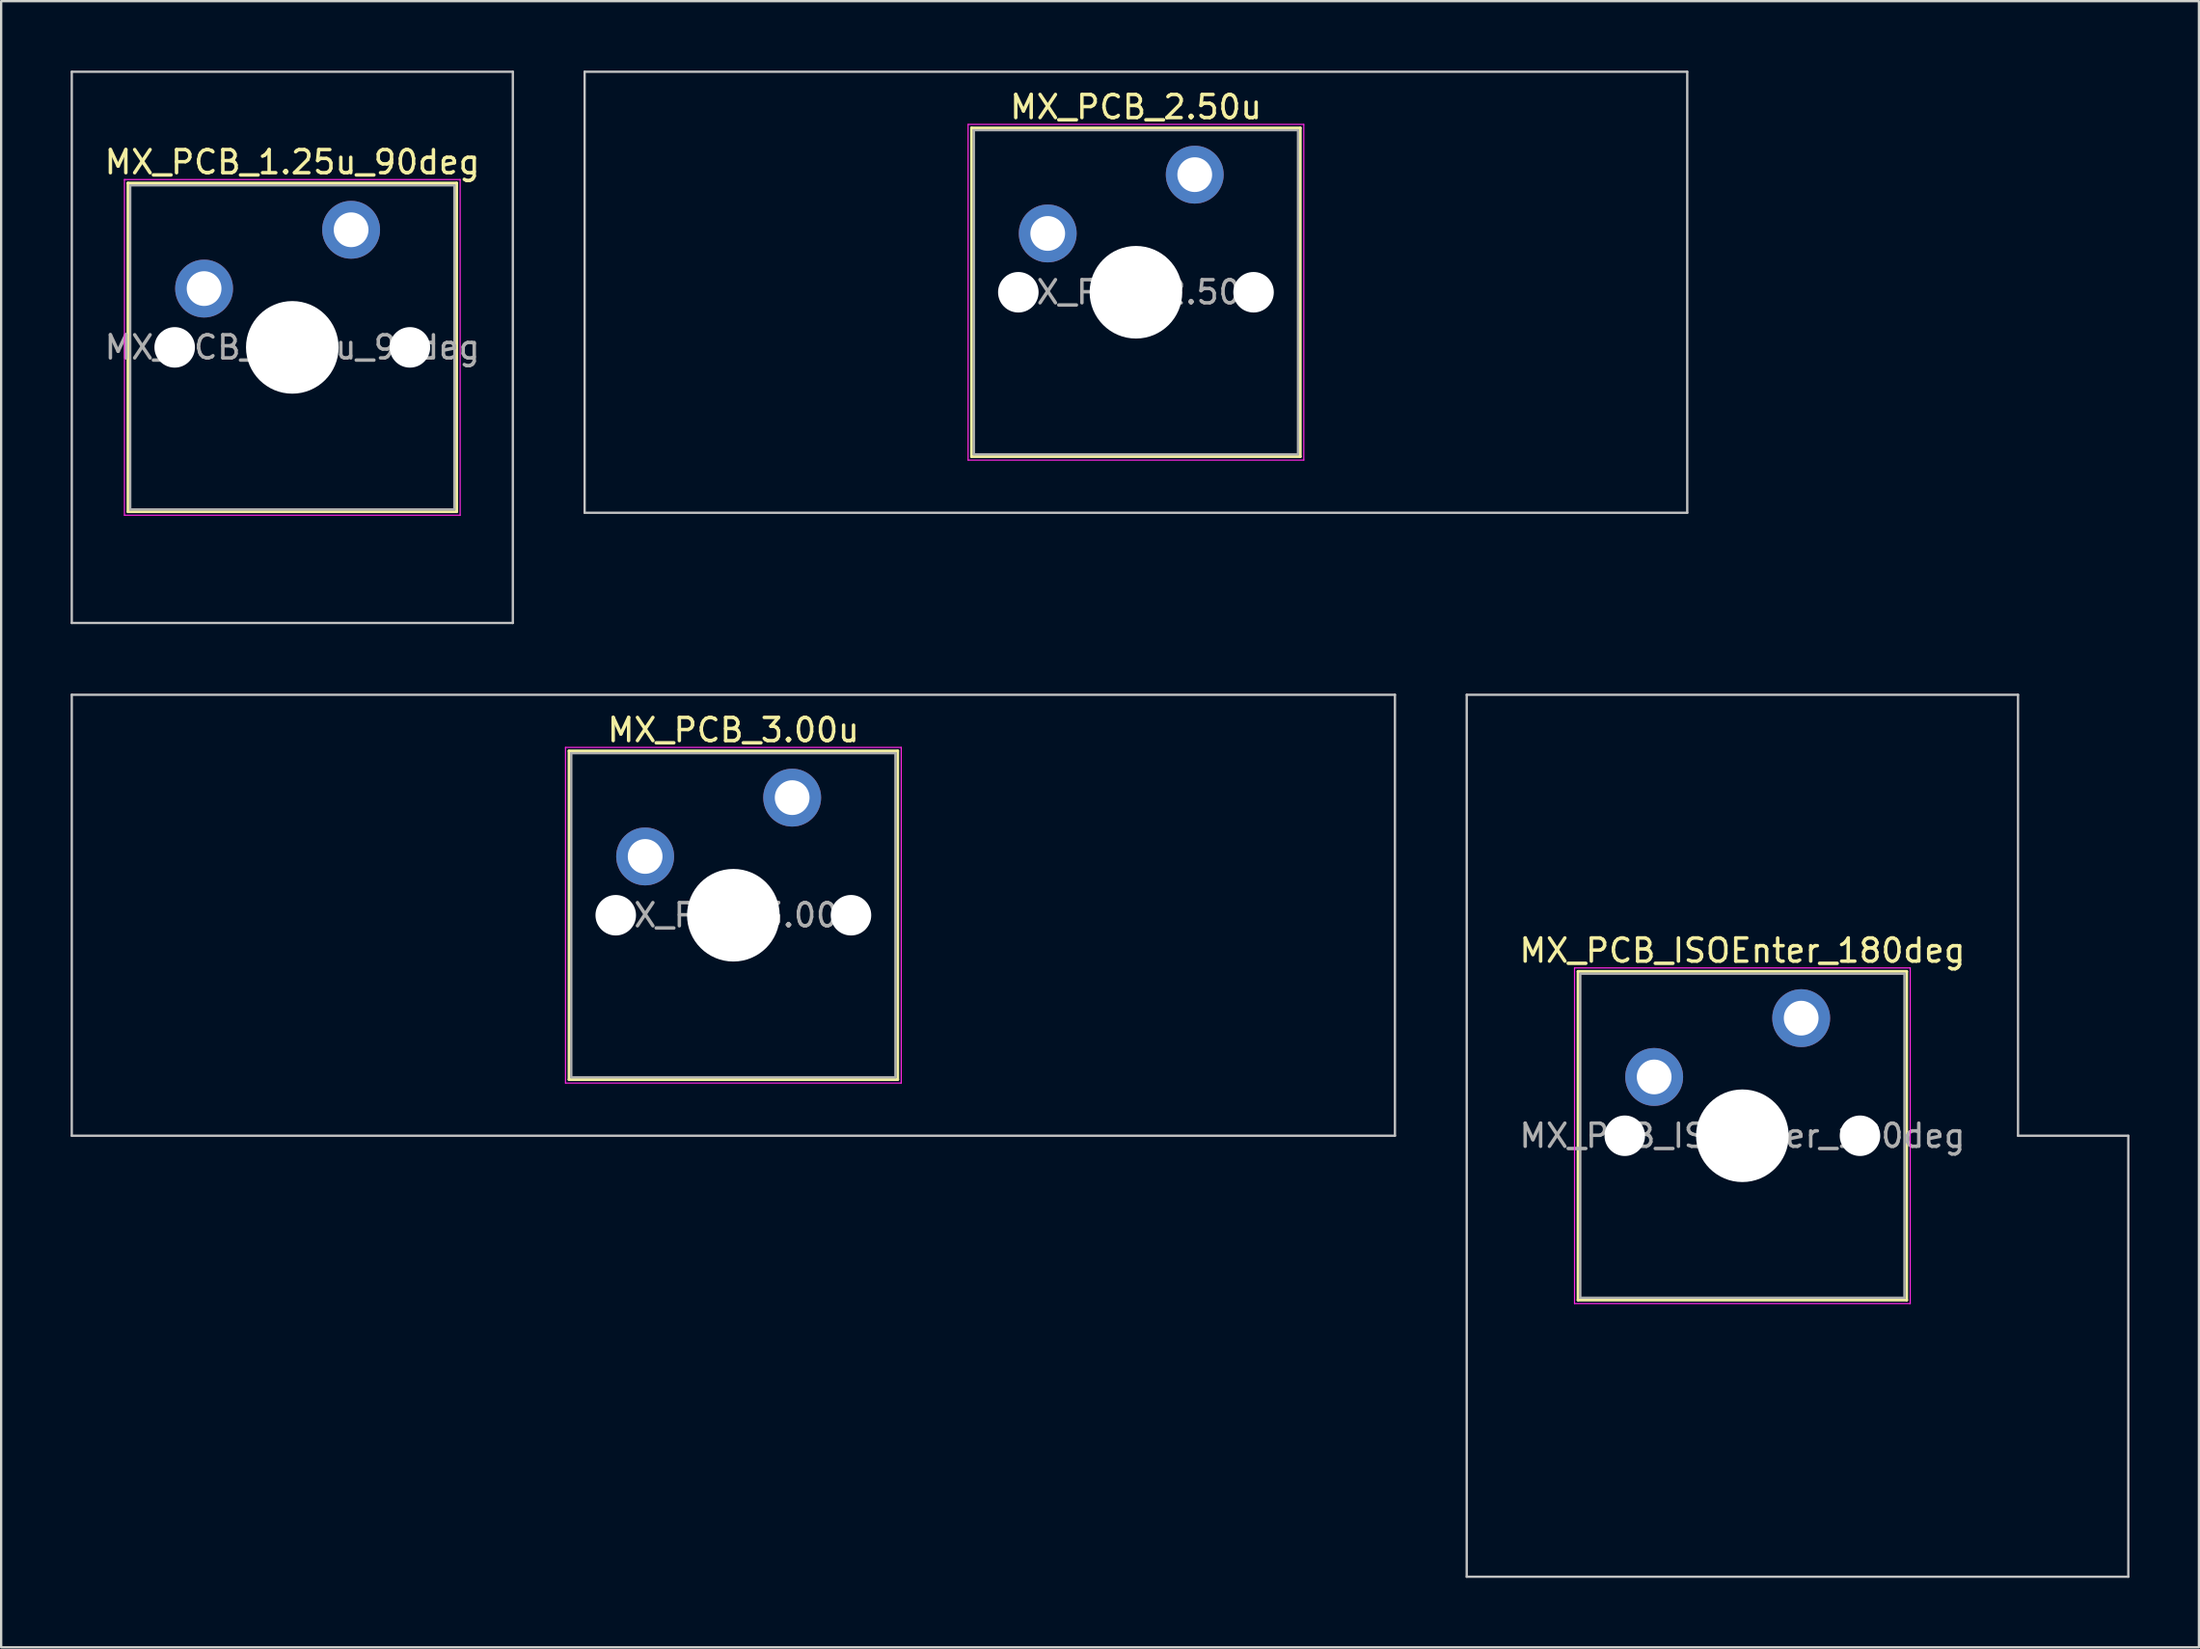
<source format=kicad_pcb>
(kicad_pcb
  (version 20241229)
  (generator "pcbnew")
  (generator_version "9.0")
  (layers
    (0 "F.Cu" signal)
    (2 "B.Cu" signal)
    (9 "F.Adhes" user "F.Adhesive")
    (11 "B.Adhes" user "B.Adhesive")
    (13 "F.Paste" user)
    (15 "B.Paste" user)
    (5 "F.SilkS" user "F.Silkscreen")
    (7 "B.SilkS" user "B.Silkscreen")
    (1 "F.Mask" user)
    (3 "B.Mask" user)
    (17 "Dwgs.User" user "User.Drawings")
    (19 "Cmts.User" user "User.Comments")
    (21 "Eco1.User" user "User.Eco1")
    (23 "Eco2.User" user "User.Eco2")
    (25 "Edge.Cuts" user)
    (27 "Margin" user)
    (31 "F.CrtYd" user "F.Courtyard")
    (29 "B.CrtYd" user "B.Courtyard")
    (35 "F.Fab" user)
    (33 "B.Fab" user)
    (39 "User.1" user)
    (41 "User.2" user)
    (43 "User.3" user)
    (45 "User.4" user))
  (footprint "MX_PCB_ISOEnter_180deg"
    (layer "F.Cu")
    (at 72.206 46.013)
    (property "Reference" "MX_PCB_ISOEnter_180deg" (at 0 -8 0) (layer "F.SilkS") (effects (font (size 1 1) (thickness 0.15))))
    (attr through_hole)
    (fp_line (start -7.1 -7.1) (end -7.1 7.1) (stroke (width 0.12) (type solid)) (layer "F.SilkS"))
    (fp_line (start -7.1 7.1) (end 7.1 7.1) (stroke (width 0.12) (type solid)) (layer "F.SilkS"))
    (fp_line (start 7.1 -7.1) (end -7.1 -7.1) (stroke (width 0.12) (type solid)) (layer "F.SilkS"))
    (fp_line (start 7.1 7.1) (end 7.1 -7.1) (stroke (width 0.12) (type solid)) (layer "F.SilkS"))
    (fp_line (start -11.906 -19.05) (end -11.906 19.05) (stroke (width 0.1) (type solid)) (layer "Dwgs.User"))
    (fp_line (start -11.906 19.05) (end 16.669 19.05) (stroke (width 0.1) (type solid)) (layer "Dwgs.User"))
    (fp_line (start 11.906 -19.05) (end -11.906 -19.05) (stroke (width 0.1) (type solid)) (layer "Dwgs.User"))
    (fp_line (start 11.906 0) (end 11.906 -19.05) (stroke (width 0.1) (type solid)) (layer "Dwgs.User"))
    (fp_line (start 16.669 0) (end 11.906 0) (stroke (width 0.1) (type solid)) (layer "Dwgs.User"))
    (fp_line (start 16.669 19.05) (end 16.669 0) (stroke (width 0.1) (type solid)) (layer "Dwgs.User"))
    (fp_line (start -7 -7) (end -7 7) (stroke (width 0.1) (type solid)) (layer "Eco1.User"))
    (fp_line (start -7 7) (end 7 7) (stroke (width 0.1) (type solid)) (layer "Eco1.User"))
    (fp_line (start 7 -7) (end -7 -7) (stroke (width 0.1) (type solid)) (layer "Eco1.User"))
    (fp_line (start 7 7) (end 7 -7) (stroke (width 0.1) (type solid)) (layer "Eco1.User"))
    (fp_line (start -7.25 -7.25) (end -7.25 7.25) (stroke (width 0.05) (type solid)) (layer "F.CrtYd"))
    (fp_line (start -7.25 7.25) (end 7.25 7.25) (stroke (width 0.05) (type solid)) (layer "F.CrtYd"))
    (fp_line (start 7.25 -7.25) (end -7.25 -7.25) (stroke (width 0.05) (type solid)) (layer "F.CrtYd"))
    (fp_line (start 7.25 7.25) (end 7.25 -7.25) (stroke (width 0.05) (type solid)) (layer "F.CrtYd"))
    (fp_line (start -7 -7) (end -7 7) (stroke (width 0.1) (type solid)) (layer "F.Fab"))
    (fp_line (start -7 7) (end 7 7) (stroke (width 0.1) (type solid)) (layer "F.Fab"))
    (fp_line (start 7 -7) (end -7 -7) (stroke (width 0.1) (type solid)) (layer "F.Fab"))
    (fp_line (start 7 7) (end 7 -7) (stroke (width 0.1) (type solid)) (layer "F.Fab"))
    (fp_text user "${REFERENCE}" (at 0 0 0) (layer "F.Fab") (effects (font (size 1 1) (thickness 0.15))))
    (pad "" np_thru_hole circle (at -5.08 0) (size 1.75 1.75) (drill 1.75) (layers "*.Cu" "*.Mask"))
    (pad "" np_thru_hole circle (at 0 0) (size 4 4) (drill 4) (layers "*.Cu" "*.Mask"))
    (pad "" np_thru_hole circle (at 5.08 0) (size 1.75 1.75) (drill 1.75) (layers "*.Cu" "*.Mask"))
    (pad "1" thru_hole circle (at -3.81 -2.54) (size 2.5 2.5) (drill 1.5) (layers "*.Cu" "*.Mask"))
    (pad "2" thru_hole circle (at 2.54 -5.08) (size 2.5 2.5) (drill 1.5) (layers "*.Cu" "*.Mask")))
  (footprint "MX_PCB_2.50u"
    (layer "F.Cu")
    (at 46.013 9.575)
    (property "Reference" "MX_PCB_2.50u" (at 0 -8 0) (layer "F.SilkS") (effects (font (size 1 1) (thickness 0.15))))
    (attr through_hole)
    (fp_line (start -7.1 -7.1) (end -7.1 7.1) (stroke (width 0.12) (type solid)) (layer "F.SilkS"))
    (fp_line (start -7.1 7.1) (end 7.1 7.1) (stroke (width 0.12) (type solid)) (layer "F.SilkS"))
    (fp_line (start 7.1 -7.1) (end -7.1 -7.1) (stroke (width 0.12) (type solid)) (layer "F.SilkS"))
    (fp_line (start 7.1 7.1) (end 7.1 -7.1) (stroke (width 0.12) (type solid)) (layer "F.SilkS"))
    (fp_line (start -23.812 -9.525) (end -23.812 9.525) (stroke (width 0.1) (type solid)) (layer "Dwgs.User"))
    (fp_line (start -23.812 9.525) (end 23.812 9.525) (stroke (width 0.1) (type solid)) (layer "Dwgs.User"))
    (fp_line (start 23.812 -9.525) (end -23.812 -9.525) (stroke (width 0.1) (type solid)) (layer "Dwgs.User"))
    (fp_line (start 23.812 9.525) (end 23.812 -9.525) (stroke (width 0.1) (type solid)) (layer "Dwgs.User"))
    (fp_line (start -7 -7) (end -7 7) (stroke (width 0.1) (type solid)) (layer "Eco1.User"))
    (fp_line (start -7 7) (end 7 7) (stroke (width 0.1) (type solid)) (layer "Eco1.User"))
    (fp_line (start 7 -7) (end -7 -7) (stroke (width 0.1) (type solid)) (layer "Eco1.User"))
    (fp_line (start 7 7) (end 7 -7) (stroke (width 0.1) (type solid)) (layer "Eco1.User"))
    (fp_line (start -7.25 -7.25) (end -7.25 7.25) (stroke (width 0.05) (type solid)) (layer "F.CrtYd"))
    (fp_line (start -7.25 7.25) (end 7.25 7.25) (stroke (width 0.05) (type solid)) (layer "F.CrtYd"))
    (fp_line (start 7.25 -7.25) (end -7.25 -7.25) (stroke (width 0.05) (type solid)) (layer "F.CrtYd"))
    (fp_line (start 7.25 7.25) (end 7.25 -7.25) (stroke (width 0.05) (type solid)) (layer "F.CrtYd"))
    (fp_line (start -7 -7) (end -7 7) (stroke (width 0.1) (type solid)) (layer "F.Fab"))
    (fp_line (start -7 7) (end 7 7) (stroke (width 0.1) (type solid)) (layer "F.Fab"))
    (fp_line (start 7 -7) (end -7 -7) (stroke (width 0.1) (type solid)) (layer "F.Fab"))
    (fp_line (start 7 7) (end 7 -7) (stroke (width 0.1) (type solid)) (layer "F.Fab"))
    (fp_text user "${REFERENCE}" (at 0 0 0) (layer "F.Fab") (effects (font (size 1 1) (thickness 0.15))))
    (pad "" np_thru_hole circle (at -5.08 0) (size 1.75 1.75) (drill 1.75) (layers "*.Cu" "*.Mask"))
    (pad "" np_thru_hole circle (at 0 0) (size 4 4) (drill 4) (layers "*.Cu" "*.Mask"))
    (pad "" np_thru_hole circle (at 5.08 0) (size 1.75 1.75) (drill 1.75) (layers "*.Cu" "*.Mask"))
    (pad "1" thru_hole circle (at -3.81 -2.54) (size 2.5 2.5) (drill 1.5) (layers "*.Cu" "*.Mask"))
    (pad "2" thru_hole circle (at 2.54 -5.08) (size 2.5 2.5) (drill 1.5) (layers "*.Cu" "*.Mask")))
  (footprint "MX_PCB_3.00u"
    (layer "F.Cu")
    (at 28.625 36.487)
    (property "Reference" "MX_PCB_3.00u" (at 0 -8 0) (layer "F.SilkS") (effects (font (size 1 1) (thickness 0.15))))
    (attr through_hole)
    (fp_line (start -7.1 -7.1) (end -7.1 7.1) (stroke (width 0.12) (type solid)) (layer "F.SilkS"))
    (fp_line (start -7.1 7.1) (end 7.1 7.1) (stroke (width 0.12) (type solid)) (layer "F.SilkS"))
    (fp_line (start 7.1 -7.1) (end -7.1 -7.1) (stroke (width 0.12) (type solid)) (layer "F.SilkS"))
    (fp_line (start 7.1 7.1) (end 7.1 -7.1) (stroke (width 0.12) (type solid)) (layer "F.SilkS"))
    (fp_line (start -28.575 -9.525) (end -28.575 9.525) (stroke (width 0.1) (type solid)) (layer "Dwgs.User"))
    (fp_line (start -28.575 9.525) (end 28.575 9.525) (stroke (width 0.1) (type solid)) (layer "Dwgs.User"))
    (fp_line (start 28.575 -9.525) (end -28.575 -9.525) (stroke (width 0.1) (type solid)) (layer "Dwgs.User"))
    (fp_line (start 28.575 9.525) (end 28.575 -9.525) (stroke (width 0.1) (type solid)) (layer "Dwgs.User"))
    (fp_line (start -7 -7) (end -7 7) (stroke (width 0.1) (type solid)) (layer "Eco1.User"))
    (fp_line (start -7 7) (end 7 7) (stroke (width 0.1) (type solid)) (layer "Eco1.User"))
    (fp_line (start 7 -7) (end -7 -7) (stroke (width 0.1) (type solid)) (layer "Eco1.User"))
    (fp_line (start 7 7) (end 7 -7) (stroke (width 0.1) (type solid)) (layer "Eco1.User"))
    (fp_line (start -7.25 -7.25) (end -7.25 7.25) (stroke (width 0.05) (type solid)) (layer "F.CrtYd"))
    (fp_line (start -7.25 7.25) (end 7.25 7.25) (stroke (width 0.05) (type solid)) (layer "F.CrtYd"))
    (fp_line (start 7.25 -7.25) (end -7.25 -7.25) (stroke (width 0.05) (type solid)) (layer "F.CrtYd"))
    (fp_line (start 7.25 7.25) (end 7.25 -7.25) (stroke (width 0.05) (type solid)) (layer "F.CrtYd"))
    (fp_line (start -7 -7) (end -7 7) (stroke (width 0.1) (type solid)) (layer "F.Fab"))
    (fp_line (start -7 7) (end 7 7) (stroke (width 0.1) (type solid)) (layer "F.Fab"))
    (fp_line (start 7 -7) (end -7 -7) (stroke (width 0.1) (type solid)) (layer "F.Fab"))
    (fp_line (start 7 7) (end 7 -7) (stroke (width 0.1) (type solid)) (layer "F.Fab"))
    (fp_text user "${REFERENCE}" (at 0 0 0) (layer "F.Fab") (effects (font (size 1 1) (thickness 0.15))))
    (pad "" np_thru_hole circle (at -5.08 0) (size 1.75 1.75) (drill 1.75) (layers "*.Cu" "*.Mask"))
    (pad "" np_thru_hole circle (at 0 0) (size 4 4) (drill 4) (layers "*.Cu" "*.Mask"))
    (pad "" np_thru_hole circle (at 5.08 0) (size 1.75 1.75) (drill 1.75) (layers "*.Cu" "*.Mask"))
    (pad "1" thru_hole circle (at -3.81 -2.54) (size 2.5 2.5) (drill 1.5) (layers "*.Cu" "*.Mask"))
    (pad "2" thru_hole circle (at 2.54 -5.08) (size 2.5 2.5) (drill 1.5) (layers "*.Cu" "*.Mask")))
  (footprint "MX_PCB_1.25u_90deg"
    (layer "F.Cu")
    (at 9.575 11.956)
    (property "Reference" "MX_PCB_1.25u_90deg" (at 0 -8 0) (layer "F.SilkS") (effects (font (size 1 1) (thickness 0.15))))
    (attr through_hole)
    (fp_line (start -7.1 -7.1) (end -7.1 7.1) (stroke (width 0.12) (type solid)) (layer "F.SilkS"))
    (fp_line (start -7.1 7.1) (end 7.1 7.1) (stroke (width 0.12) (type solid)) (layer "F.SilkS"))
    (fp_line (start 7.1 -7.1) (end -7.1 -7.1) (stroke (width 0.12) (type solid)) (layer "F.SilkS"))
    (fp_line (start 7.1 7.1) (end 7.1 -7.1) (stroke (width 0.12) (type solid)) (layer "F.SilkS"))
    (fp_line (start -9.525 -11.906) (end 9.525 -11.906) (stroke (width 0.1) (type solid)) (layer "Dwgs.User"))
    (fp_line (start -9.525 11.906) (end -9.525 -11.906) (stroke (width 0.1) (type solid)) (layer "Dwgs.User"))
    (fp_line (start 9.525 -11.906) (end 9.525 11.906) (stroke (width 0.1) (type solid)) (layer "Dwgs.User"))
    (fp_line (start 9.525 11.906) (end -9.525 11.906) (stroke (width 0.1) (type solid)) (layer "Dwgs.User"))
    (fp_line (start -7 -7) (end -7 7) (stroke (width 0.1) (type solid)) (layer "Eco1.User"))
    (fp_line (start -7 7) (end 7 7) (stroke (width 0.1) (type solid)) (layer "Eco1.User"))
    (fp_line (start 7 -7) (end -7 -7) (stroke (width 0.1) (type solid)) (layer "Eco1.User"))
    (fp_line (start 7 7) (end 7 -7) (stroke (width 0.1) (type solid)) (layer "Eco1.User"))
    (fp_line (start -7.25 -7.25) (end -7.25 7.25) (stroke (width 0.05) (type solid)) (layer "F.CrtYd"))
    (fp_line (start -7.25 7.25) (end 7.25 7.25) (stroke (width 0.05) (type solid)) (layer "F.CrtYd"))
    (fp_line (start 7.25 -7.25) (end -7.25 -7.25) (stroke (width 0.05) (type solid)) (layer "F.CrtYd"))
    (fp_line (start 7.25 7.25) (end 7.25 -7.25) (stroke (width 0.05) (type solid)) (layer "F.CrtYd"))
    (fp_line (start -7 -7) (end -7 7) (stroke (width 0.1) (type solid)) (layer "F.Fab"))
    (fp_line (start -7 7) (end 7 7) (stroke (width 0.1) (type solid)) (layer "F.Fab"))
    (fp_line (start 7 -7) (end -7 -7) (stroke (width 0.1) (type solid)) (layer "F.Fab"))
    (fp_line (start 7 7) (end 7 -7) (stroke (width 0.1) (type solid)) (layer "F.Fab"))
    (fp_text user "${REFERENCE}" (at 0 0 0) (layer "F.Fab") (effects (font (size 1 1) (thickness 0.15))))
    (pad "" np_thru_hole circle (at -5.08 0) (size 1.75 1.75) (drill 1.75) (layers "*.Cu" "*.Mask"))
    (pad "" np_thru_hole circle (at 0 0) (size 4 4) (drill 4) (layers "*.Cu" "*.Mask"))
    (pad "" np_thru_hole circle (at 5.08 0) (size 1.75 1.75) (drill 1.75) (layers "*.Cu" "*.Mask"))
    (pad "1" thru_hole circle (at -3.81 -2.54) (size 2.5 2.5) (drill 1.5) (layers "*.Cu" "*.Mask"))
    (pad "2" thru_hole circle (at 2.54 -5.08) (size 2.5 2.5) (drill 1.5) (layers "*.Cu" "*.Mask")))
  (gr_rect
    (start -3 -3)
    (end 91.925 68.112)
    (stroke (width 0.1) (type default))
    (fill no)
    (layer "Edge.Cuts")))
</source>
